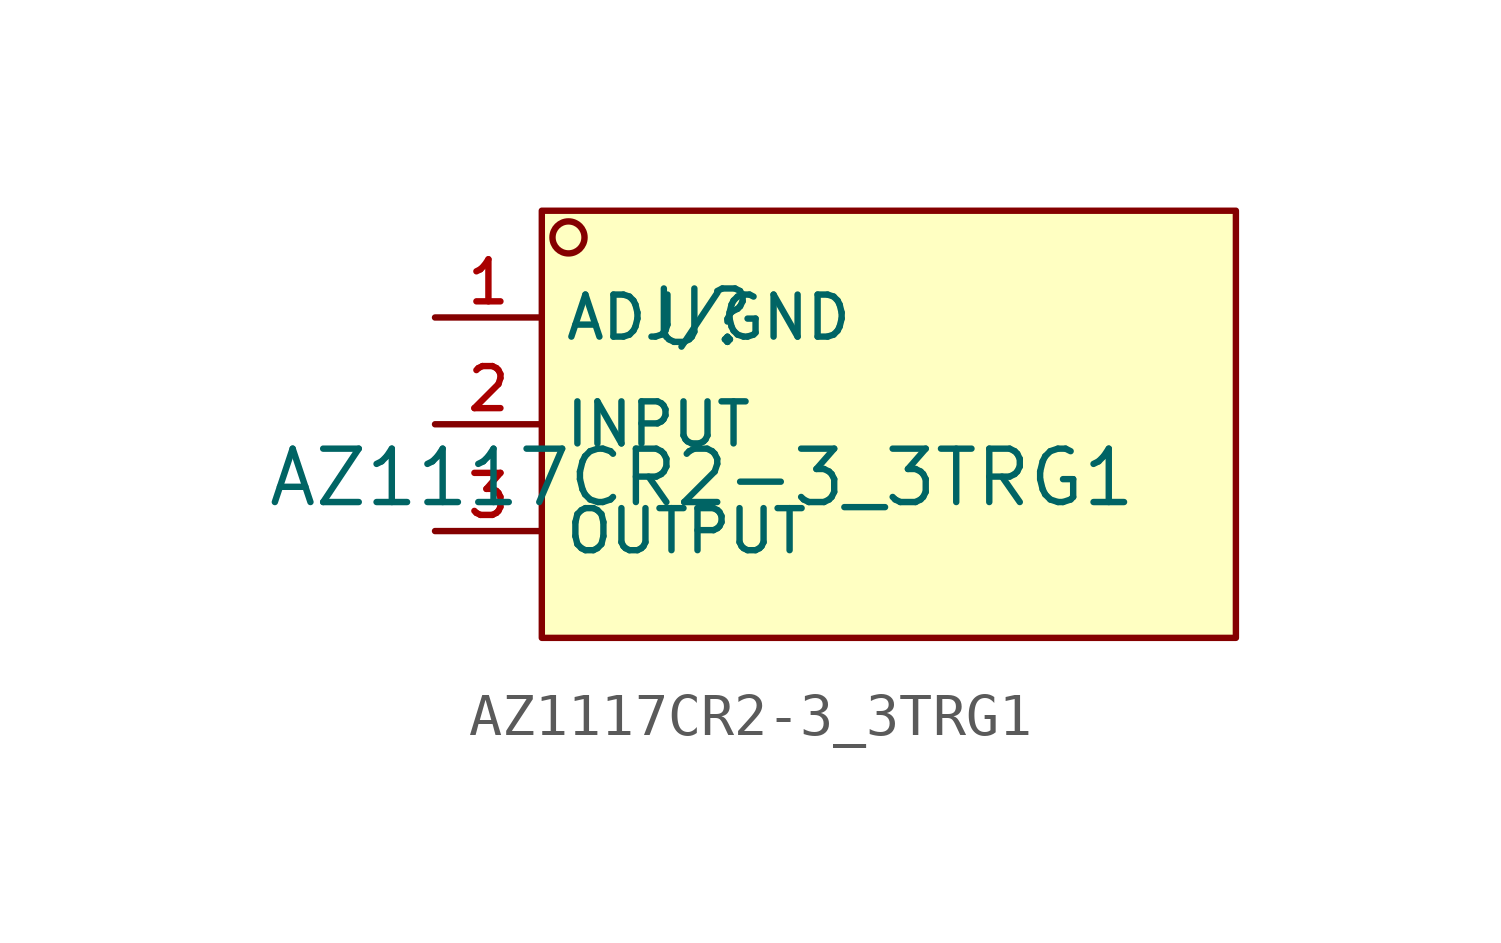
<source format=kicad_sym>
(kicad_symbol_lib
  (version 20210201)
  (generator TousstNicolas/JLC2KiCad_lib)
  (symbol "AZ1117CR2-3_3TRG1"
    (property "Reference" "U"
      (at 0 1.27 0)
      (effects (font (size 1.27 1.27))))
    (property "Value" "AZ1117CR2-3_3TRG1"
      (at 0 -2.54 0)
      (effects (font (size 1.27 1.27))))
    (symbol "AZ1117CR2-3_3TRG1_0_1"
      (rectangle (start -3.81 3.81) (end 12.7 -6.35) (stroke (width 0) (type default) (color 0 0 0 0)) (fill (type background)))
      (circle (center -3.175 3.175) (radius 0.381) (stroke (width 0) (type default) (color 0 0 0 0)) (fill (type background)))
      (pin unspecified line (at -6.35 1.27 0) (length 2.54) (name "ADJ/GND" (effects (font (size 1 1)))) (number "1" (effects (font (size 1 1)))))
      (pin unspecified line (at -6.35 -1.27 0) (length 2.54) (name "INPUT" (effects (font (size 1 1)))) (number "2" (effects (font (size 1 1)))))
      (pin unspecified line (at -6.35 -3.81 0) (length 2.54) (name "OUTPUT" (effects (font (size 1 1)))) (number "3" (effects (font (size 1 1))))))))
</source>
